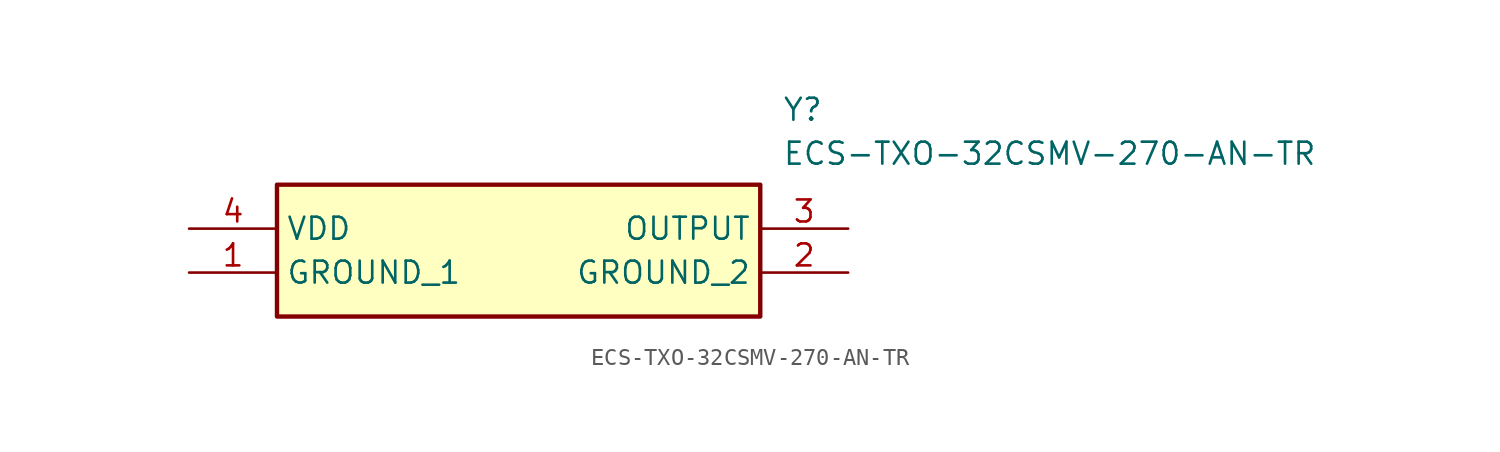
<source format=kicad_sym>
(kicad_symbol_lib
  (version 20211014)
  (generator SamacSys_ECAD_Model)
  (symbol "ECS-TXO-32CSMV-270-AN-TR"
    (property "Reference" "Y"
      (at 34.29 7.62 0)
      (effects (font (size 1.27 1.27)) (justify left top)))
    (property "Value" "ECS-TXO-32CSMV-270-AN-TR"
      (at 34.29 5.08 0)
      (effects (font (size 1.27 1.27)) (justify left top)))
    (rectangle
      (start 5.08 2.54)
      (end 33.02 -5.08)
      (stroke (width 0.254) (type default))
      (fill (type background)))
    (pin passive line
      (at 0 -2.54 0)
      (length 5.08)
      (name "GROUND_1" (effects (font (size 1.27 1.27))))
      (number "1" (effects (font (size 1.27 1.27)))))
    (pin passive line
      (at 38.1 -2.54 180)
      (length 5.08)
      (name "GROUND_2" (effects (font (size 1.27 1.27))))
      (number "2" (effects (font (size 1.27 1.27)))))
    (pin passive line
      (at 38.1 0 180)
      (length 5.08)
      (name "OUTPUT" (effects (font (size 1.27 1.27))))
      (number "3" (effects (font (size 1.27 1.27)))))
    (pin passive line
      (at 0 0 0)
      (length 5.08)
      (name "VDD" (effects (font (size 1.27 1.27))))
      (number "4" (effects (font (size 1.27 1.27)))))))
</source>
